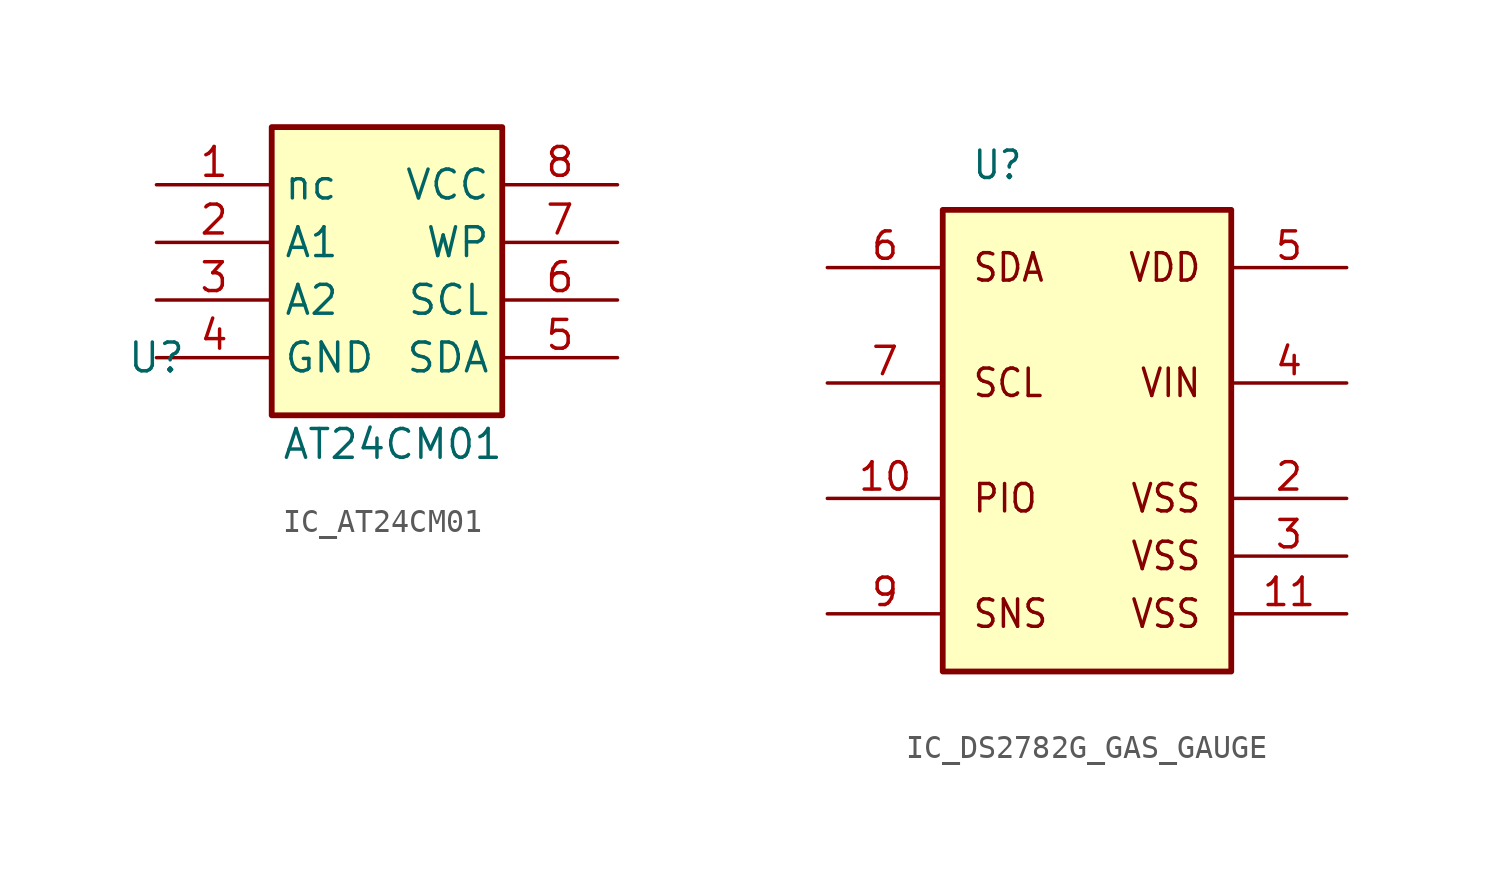
<source format=kicad_sym>
(kicad_symbol_lib
  (version 20241209)
  (generator "kicad_symbol_editor")
  (generator_version "9.0")
  (symbol "IC_AT24CM01"
    (property "Reference" "U"
      (at 0 0 0)
      (effects (font (size 1.27 1.27))))
    (property "Value" "AT24CM01"
      (at 10.414 -3.81 0)
      (effects (font (size 1.27 1.27))))
    (symbol "IC_AT24CM01_0_1"
      (rectangle (start 5.08 10.16) (end 15.24 -2.54) (stroke (width 0.256) (type default)) (fill (type background))))
    (symbol "IC_AT24CM01_1_1"
      (pin passive line (at 0 7.62 0) (length 5.08) (name "nc" (effects (font (size 1.27 1.27)))) (number "1" (effects (font (size 1.27 1.27)))))
      (pin passive line (at 0 5.08 0) (length 5.08) (name "A1" (effects (font (size 1.27 1.27)))) (number "2" (effects (font (size 1.27 1.27)))))
      (pin passive line (at 0 2.54 0) (length 5.08) (name "A2" (effects (font (size 1.27 1.27)))) (number "3" (effects (font (size 1.27 1.27)))))
      (pin passive line (at 0 0 0) (length 5.08) (name "GND" (effects (font (size 1.27 1.27)))) (number "4" (effects (font (size 1.27 1.27)))))
      (pin passive line (at 20.32 7.62 180) (length 5.08) (name "VCC" (effects (font (size 1.27 1.27)))) (number "8" (effects (font (size 1.27 1.27)))))
      (pin passive line (at 20.32 5.08 180) (length 5.08) (name "WP" (effects (font (size 1.27 1.27)))) (number "7" (effects (font (size 1.27 1.27)))))
      (pin passive line (at 20.32 2.54 180) (length 5.08) (name "SCL" (effects (font (size 1.27 1.27)))) (number "6" (effects (font (size 1.27 1.27)))))
      (pin passive line (at 20.32 0 180) (length 5.08) (name "SDA" (effects (font (size 1.27 1.27)))) (number "5" (effects (font (size 1.27 1.27)))))))
  (symbol "IC_DS2782G_GAS_GAUGE"
    (property "Reference" "U"
      (at 6.35 19.05 0)
      (effects (font (size 1.206 1.092) (thickness 0.152)) (justify left bottom)))
    (property "Value" ""
      (at 0 0 0)
      (effects (font (size 1.092 1.092) (thickness 0.152)) (justify left bottom)))
    (symbol "IC_DS2782G_GAS_GAUGE_1_0"
      (polyline (pts (xy 5.08 -2.54) (xy 17.78 -2.54) (xy 17.78 17.78) (xy 5.08 17.78) (xy 5.08 -2.54)) (stroke (width 0.254) (type solid)) (fill (type background)))
      (text "SDA" (at 6.35 15.24 0) (effects (font (size 1.206 1.092) (thickness 0.152)) (justify left)))
      (text "SCL" (at 6.35 10.16 0) (effects (font (size 1.206 1.092) (thickness 0.152)) (justify left)))
      (text "PIO" (at 6.35 5.08 0) (effects (font (size 1.206 1.092) (thickness 0.152)) (justify left)))
      (text "SNS" (at 6.35 0 0) (effects (font (size 1.206 1.092) (thickness 0.152)) (justify left)))
      (text "VDD" (at 16.51 15.24 0) (effects (font (size 1.206 1.092) (thickness 0.152)) (justify right)))
      (text "VIN" (at 16.51 10.16 0) (effects (font (size 1.206 1.092) (thickness 0.152)) (justify right)))
      (text "VSS" (at 16.51 5.08 0) (effects (font (size 1.206 1.092) (thickness 0.152)) (justify right)))
      (text "VSS" (at 16.51 2.54 0) (effects (font (size 1.206 1.092) (thickness 0.152)) (justify right)))
      (text "VSS" (at 16.51 0 0) (effects (font (size 1.206 1.092) (thickness 0.152)) (justify right)))
      (pin passive line (at 0 15.24 0) (length 5.08) (name "" (effects (font (size 1.206 1.206)))) (number "6" (effects (font (size 1.206 1.206)))))
      (pin passive line (at 0 10.16 0) (length 5.08) (name "" (effects (font (size 1.206 1.206)))) (number "7" (effects (font (size 1.206 1.206)))))
      (pin passive line (at 0 5.08 0) (length 5.08) (name "" (effects (font (size 1.206 1.206)))) (number "10" (effects (font (size 1.206 1.206)))))
      (pin passive line (at 0 0 0) (length 5.08) (name "" (effects (font (size 1.206 1.206)))) (number "9" (effects (font (size 1.206 1.206)))))
      (pin passive line (at 22.86 15.24 180) (length 5.08) (name "" (effects (font (size 1.206 1.206)))) (number "5" (effects (font (size 1.206 1.206)))))
      (pin passive line (at 22.86 10.16 180) (length 5.08) (name "" (effects (font (size 1.206 1.206)))) (number "4" (effects (font (size 1.206 1.206)))))
      (pin passive line (at 22.86 5.08 180) (length 5.08) (name "" (effects (font (size 1.206 1.206)))) (number "2" (effects (font (size 1.206 1.206)))))
      (pin passive line (at 22.86 2.54 180) (length 5.08) (name "" (effects (font (size 1.206 1.206)))) (number "3" (effects (font (size 1.206 1.206)))))
      (pin passive line (at 22.86 0 180) (length 5.08) (name "" (effects (font (size 1.206 1.206)))) (number "11" (effects (font (size 1.206 1.206))))))))
</source>
